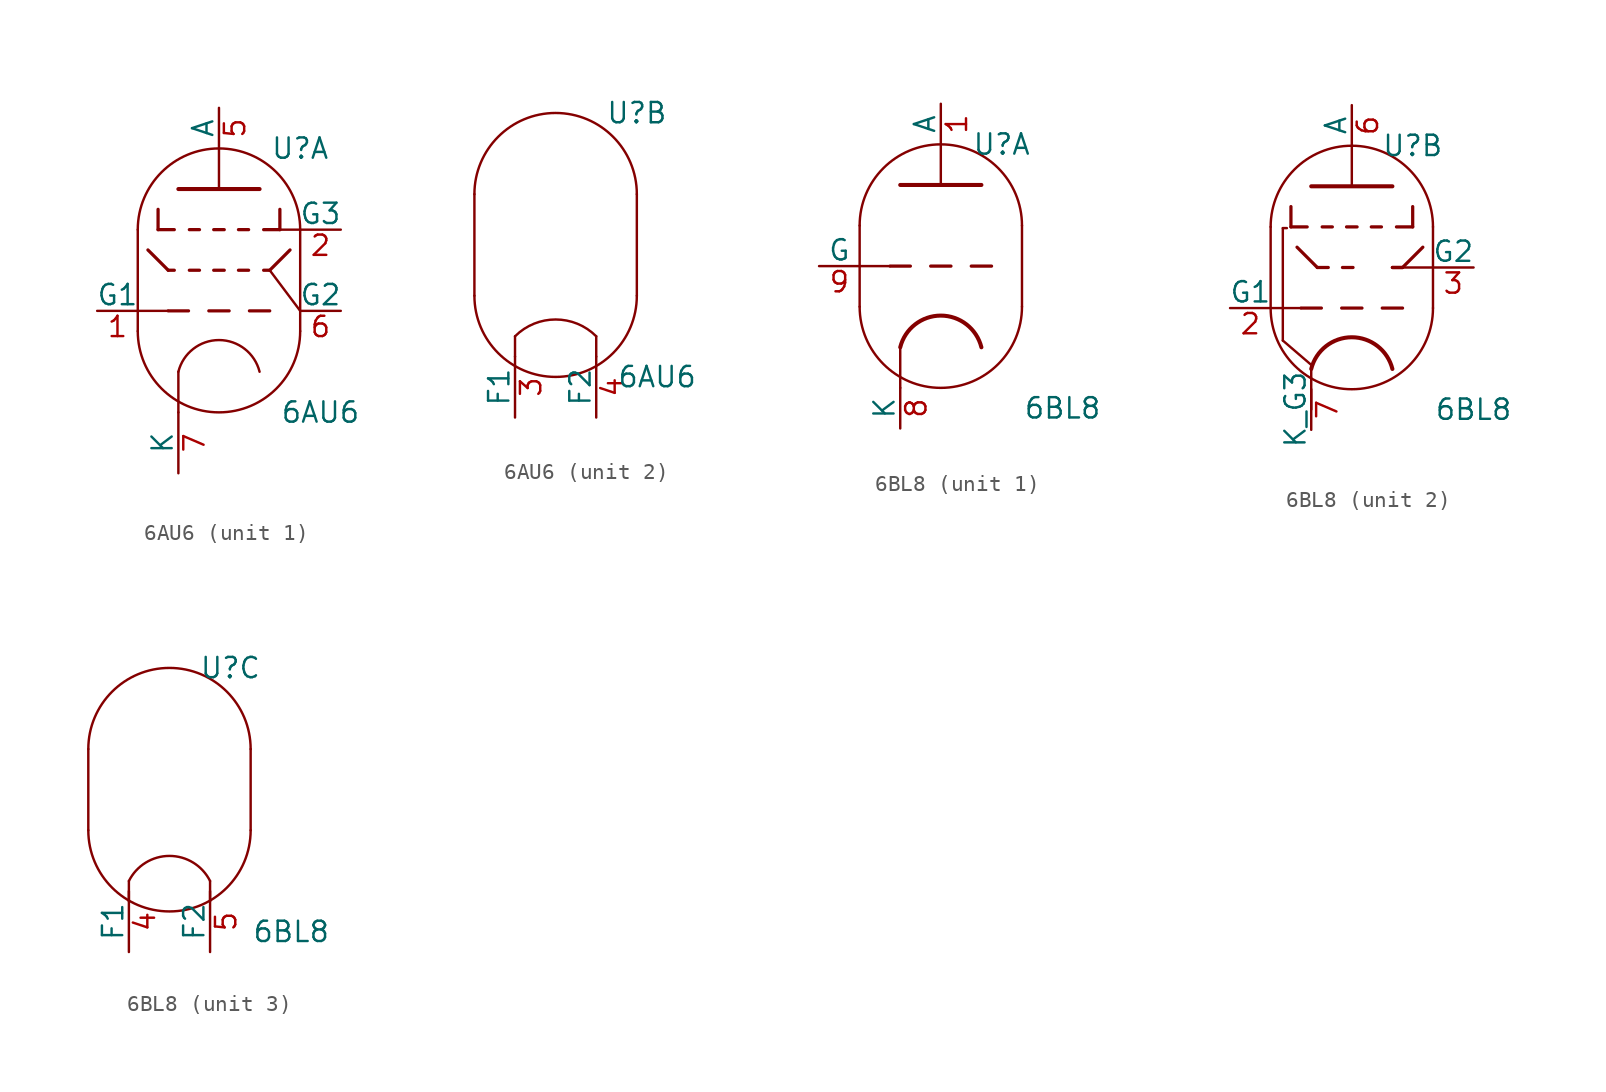
<source format=kicad_sym>
(kicad_symbol_lib
  (version 20231120)
  (generator "kicad_symbol_editor")
  (generator_version "8.0")
  (symbol "6AU6"
    (pin_names
      (offset 0))
    (property "Reference" "U"
      (at 5.08 8.89 0)
      (effects (font (size 1.27 1.27))))
    (property "Value" "6AU6"
      (at 6.35 -7.62 0)
      (effects (font (size 1.27 1.27))))
    (property "ki_locked" ""
      (at 0 0 0)
      (effects (font (size 1.27 1.27))))
    (symbol "6AU6_0_1"
      (arc (start -5.08 -2.54) (mid 0 -7.5979) (end 5.08 -2.54) (stroke (width 0) (type default)) (fill (type none)))
      (polyline (pts (xy -5.08 3.81) (xy -5.08 -2.54) (xy -5.08 -2.54)) (stroke (width 0) (type default)) (fill (type none)))
      (polyline (pts (xy 5.08 3.81) (xy 5.08 -2.54) (xy 5.08 -2.54)) (stroke (width 0) (type default)) (fill (type none)))
      (arc (start 5.08 3.81) (mid 0 8.8679) (end -5.08 3.81) (stroke (width 0) (type default)) (fill (type none))))
    (symbol "6AU6_1_0"
      (polyline (pts (xy -2.54 -5.08) (xy -2.54 -7.62)) (stroke (width 0) (type default)) (fill (type none))))
    (symbol "6AU6_1_1"
      (polyline (pts (xy -5.08 -1.27) (xy -3.175 -1.27)) (stroke (width 0) (type default)) (fill (type none)))
      (polyline (pts (xy -4.445 2.54) (xy -3.175 1.27)) (stroke (width 0.203) (type default)) (fill (type none)))
      (polyline (pts (xy -3.81 3.81) (xy -2.794 3.81)) (stroke (width 0.203) (type default)) (fill (type none)))
      (polyline (pts (xy -3.81 5.08) (xy -3.81 3.81)) (stroke (width 0.203) (type default)) (fill (type none)))
      (polyline (pts (xy -3.175 1.27) (xy -2.794 1.27)) (stroke (width 0.203) (type default)) (fill (type none)))
      (polyline (pts (xy -1.905 -1.27) (xy -3.175 -1.27)) (stroke (width 0.203) (type default)) (fill (type none)))
      (polyline (pts (xy -1.854 1.27) (xy -1.219 1.27)) (stroke (width 0.203) (type default)) (fill (type none)))
      (polyline (pts (xy -1.854 3.81) (xy -1.219 3.81)) (stroke (width 0.203) (type default)) (fill (type none)))
      (polyline (pts (xy -0.635 -1.27) (xy 0.635 -1.27)) (stroke (width 0.203) (type default)) (fill (type none)))
      (polyline (pts (xy -0.33 1.27) (xy 0.33 1.27)) (stroke (width 0.203) (type default)) (fill (type none)))
      (polyline (pts (xy -0.33 3.81) (xy 0.33 3.81)) (stroke (width 0.203) (type default)) (fill (type none)))
      (polyline (pts (xy 0 6.35) (xy 0 8.89)) (stroke (width 0) (type default)) (fill (type none)))
      (polyline (pts (xy 1.219 1.27) (xy 1.854 1.27)) (stroke (width 0.203) (type default)) (fill (type none)))
      (polyline (pts (xy 1.219 3.81) (xy 1.854 3.81)) (stroke (width 0.203) (type default)) (fill (type none)))
      (polyline (pts (xy 1.905 -1.27) (xy 3.175 -1.27)) (stroke (width 0.203) (type default)) (fill (type none)))
      (polyline (pts (xy 2.794 1.27) (xy 3.175 1.27)) (stroke (width 0.203) (type default)) (fill (type none)))
      (polyline (pts (xy 3.175 1.27) (xy 5.08 -1.27)) (stroke (width 0) (type default)) (fill (type none)))
      (polyline (pts (xy 3.81 3.81) (xy 2.794 3.81)) (stroke (width 0.203) (type default)) (fill (type none)))
      (polyline (pts (xy 3.81 5.08) (xy 3.81 3.81)) (stroke (width 0.203) (type default)) (fill (type none)))
      (polyline (pts (xy 3.886 3.81) (xy 5.08 3.81)) (stroke (width 0) (type default)) (fill (type none)))
      (polyline (pts (xy 4.445 2.54) (xy 3.175 1.27)) (stroke (width 0.203) (type default)) (fill (type none)))
      (polyline (pts (xy -2.54 6.35) (xy 2.54 6.35) (xy 2.54 6.35) (xy 2.54 6.35)) (stroke (width 0.254) (type default)) (fill (type none)))
      (arc (start 2.54 -5.08) (mid 0 -3.0968) (end -2.54 -5.08) (stroke (width 0) (type default)) (fill (type none)))
      (pin input line (at -7.62 -1.27 0) (length 2.54) (name "G1" (effects (font (size 1.27 1.27)))) (number "1" (effects (font (size 1.27 1.27)))))
      (pin input line (at 7.62 3.81 180) (length 2.54) (name "G3" (effects (font (size 1.27 1.27)))) (number "2" (effects (font (size 1.27 1.27)))))
      (pin output line (at 0 11.43 270) (length 2.54) (name "A" (effects (font (size 1.27 1.27)))) (number "5" (effects (font (size 1.27 1.27)))))
      (pin input line (at 7.62 -1.27 180) (length 2.54) (name "G2" (effects (font (size 1.27 1.27)))) (number "6" (effects (font (size 1.27 1.27)))))
      (pin power_in line (at -2.54 -11.43 90) (length 3.81) (name "K" (effects (font (size 1.27 1.27)))) (number "7" (effects (font (size 1.27 1.27))))))
    (symbol "6AU6_2_1"
      (polyline (pts (xy -2.54 -6.35) (xy -2.54 -5.08) (xy -2.54 -5.08)) (stroke (width 0) (type default)) (fill (type none)))
      (polyline (pts (xy 2.54 -6.35) (xy 2.54 -5.08) (xy 2.54 -5.08)) (stroke (width 0) (type default)) (fill (type none)))
      (arc (start 2.54 -5.08) (mid 0 -4.0279) (end -2.54 -5.08) (stroke (width 0) (type default)) (fill (type none)))
      (pin power_in line (at -2.54 -10.16 90) (length 3.81) (name "F1" (effects (font (size 1.27 1.27)))) (number "3" (effects (font (size 1.27 1.27)))))
      (pin power_in line (at 2.54 -10.16 90) (length 3.81) (name "F2" (effects (font (size 1.27 1.27)))) (number "4" (effects (font (size 1.27 1.27)))))))
  (symbol "6BL8"
    (pin_names
      (offset 0))
    (property "Reference" "U"
      (at 3.81 7.62 0)
      (effects (font (size 1.27 1.27))))
    (property "Value" "6BL8"
      (at 7.62 -8.89 0)
      (effects (font (size 1.27 1.27))))
    (property "ki_locked" ""
      (at 0 0 0)
      (effects (font (size 1.27 1.27))))
    (symbol "6BL8_0_1"
      (arc (start -5.08 -2.54) (mid 0 -7.5979) (end 5.08 -2.54) (stroke (width 0) (type default)) (fill (type none)))
      (polyline (pts (xy 5.08 2.54) (xy 5.08 -2.54)) (stroke (width 0) (type default)) (fill (type none)))
      (polyline (pts (xy -5.08 2.54) (xy -5.08 -2.54) (xy -5.08 -2.54) (xy -5.08 -2.54)) (stroke (width 0) (type default)) (fill (type none)))
      (arc (start 5.08 2.54) (mid 0 7.5979) (end -5.08 2.54) (stroke (width 0) (type default)) (fill (type none))))
    (symbol "6BL8_1_0"
      (polyline (pts (xy -2.54 -5.08) (xy -2.54 -7.62)) (stroke (width 0) (type default)) (fill (type none))))
    (symbol "6BL8_1_1"
      (polyline (pts (xy -5.08 0) (xy -3.175 0)) (stroke (width 0) (type default)) (fill (type none)))
      (polyline (pts (xy -1.905 0) (xy -3.175 0)) (stroke (width 0.203) (type default)) (fill (type none)))
      (polyline (pts (xy -0.635 0) (xy 0.635 0)) (stroke (width 0.203) (type default)) (fill (type none)))
      (polyline (pts (xy 0 5.08) (xy 0 7.62)) (stroke (width 0) (type default)) (fill (type none)))
      (polyline (pts (xy 1.905 0) (xy 3.175 0)) (stroke (width 0.203) (type default)) (fill (type none)))
      (polyline (pts (xy -2.54 5.08) (xy 2.54 5.08) (xy 2.54 5.08)) (stroke (width 0.254) (type default)) (fill (type none)))
      (arc (start 2.54 -5.08) (mid 0 -3.0968) (end -2.54 -5.08) (stroke (width 0.254) (type default)) (fill (type none)))
      (pin output line (at 0 10.16 270) (length 2.54) (name "A" (effects (font (size 1.27 1.27)))) (number "1" (effects (font (size 1.27 1.27)))))
      (pin bidirectional line (at -2.54 -10.16 90) (length 2.54) (name "K" (effects (font (size 1.27 1.27)))) (number "8" (effects (font (size 1.27 1.27)))))
      (pin input line (at -7.62 0 0) (length 2.54) (name "G" (effects (font (size 1.27 1.27)))) (number "9" (effects (font (size 1.27 1.27))))))
    (symbol "6BL8_2_0"
      (polyline (pts (xy -2.54 -6.35) (xy -2.54 -8.89)) (stroke (width 0) (type default)) (fill (type none)))
      (polyline (pts (xy 0 5.08) (xy 0 7.62)) (stroke (width 0) (type default)) (fill (type none)))
      (polyline (pts (xy 2.54 0) (xy 3.175 0)) (stroke (width 0.203) (type default)) (fill (type none)))
      (polyline (pts (xy 4.445 1.27) (xy 3.175 0)) (stroke (width 0.203) (type default)) (fill (type none))))
    (symbol "6BL8_2_1"
      (polyline (pts (xy -5.08 -2.54) (xy -3.175 -2.54)) (stroke (width 0) (type default)) (fill (type none)))
      (polyline (pts (xy -4.318 -4.572) (xy -4.318 2.464)) (stroke (width 0.152) (type default)) (fill (type none)))
      (polyline (pts (xy -4.318 -4.572) (xy -2.54 -6.096)) (stroke (width 0.152) (type default)) (fill (type none)))
      (polyline (pts (xy -4.064 2.464) (xy -4.318 2.464)) (stroke (width 0.152) (type default)) (fill (type none)))
      (polyline (pts (xy -3.81 2.54) (xy -2.794 2.54)) (stroke (width 0.203) (type default)) (fill (type none)))
      (polyline (pts (xy -3.81 3.81) (xy -3.81 2.54)) (stroke (width 0.203) (type default)) (fill (type none)))
      (polyline (pts (xy -3.429 1.27) (xy -2.159 0)) (stroke (width 0.203) (type default)) (fill (type none)))
      (polyline (pts (xy -2.159 0) (xy -1.473 0)) (stroke (width 0.203) (type default)) (fill (type none)))
      (polyline (pts (xy -1.905 -2.54) (xy -3.175 -2.54)) (stroke (width 0.203) (type default)) (fill (type none)))
      (polyline (pts (xy -1.854 2.54) (xy -1.219 2.54)) (stroke (width 0.203) (type default)) (fill (type none)))
      (polyline (pts (xy -0.635 -2.54) (xy 0.635 -2.54)) (stroke (width 0.203) (type default)) (fill (type none)))
      (polyline (pts (xy -0.584 0) (xy 0.076 0)) (stroke (width 0.203) (type default)) (fill (type none)))
      (polyline (pts (xy -0.33 2.54) (xy 0.33 2.54)) (stroke (width 0.203) (type default)) (fill (type none)))
      (polyline (pts (xy 1.219 2.54) (xy 1.854 2.54)) (stroke (width 0.203) (type default)) (fill (type none)))
      (polyline (pts (xy 1.905 -2.54) (xy 3.175 -2.54)) (stroke (width 0.203) (type default)) (fill (type none)))
      (polyline (pts (xy 2.54 0) (xy 3.175 0)) (stroke (width 0.203) (type default)) (fill (type none)))
      (polyline (pts (xy 3.175 0) (xy 5.08 0)) (stroke (width 0) (type default)) (fill (type none)))
      (polyline (pts (xy 3.81 2.54) (xy 2.794 2.54)) (stroke (width 0.203) (type default)) (fill (type none)))
      (polyline (pts (xy 3.81 3.81) (xy 3.81 2.54)) (stroke (width 0.203) (type default)) (fill (type none)))
      (polyline (pts (xy -2.54 5.08) (xy 2.54 5.08) (xy 2.54 5.08)) (stroke (width 0.254) (type default)) (fill (type none)))
      (arc (start 2.54 -6.35) (mid 0 -4.3668) (end -2.54 -6.35) (stroke (width 0.254) (type default)) (fill (type none)))
      (pin input line (at -7.62 -2.54 0) (length 2.54) (name "G1" (effects (font (size 1.27 1.27)))) (number "2" (effects (font (size 1.27 1.27)))))
      (pin input line (at 7.62 0 180) (length 2.54) (name "G2" (effects (font (size 1.27 1.27)))) (number "3" (effects (font (size 1.27 1.27)))))
      (pin output line (at 0 10.16 270) (length 2.54) (name "A" (effects (font (size 1.27 1.27)))) (number "6" (effects (font (size 1.27 1.27)))))
      (pin bidirectional line (at -2.54 -10.16 90) (length 2.54) (name "K_G3" (effects (font (size 1.27 1.27)))) (number "7" (effects (font (size 1.27 1.27))))))
    (symbol "6BL8_3_1"
      (polyline (pts (xy -2.54 -6.985) (xy -2.54 -5.715) (xy -2.54 -5.715)) (stroke (width 0) (type default)) (fill (type none)))
      (polyline (pts (xy 2.54 -6.985) (xy 2.54 -5.715) (xy 2.54 -5.715) (xy 2.54 -5.715)) (stroke (width 0) (type default)) (fill (type none)))
      (arc (start 2.54 -5.715) (mid 0 -4.1452) (end -2.54 -5.715) (stroke (width 0) (type default)) (fill (type none)))
      (pin power_in line (at -2.54 -10.16 90) (length 3.81) (name "F1" (effects (font (size 1.27 1.27)))) (number "4" (effects (font (size 1.27 1.27)))))
      (pin power_in line (at 2.54 -10.16 90) (length 3.81) (name "F2" (effects (font (size 1.27 1.27)))) (number "5" (effects (font (size 1.27 1.27))))))))
</source>
